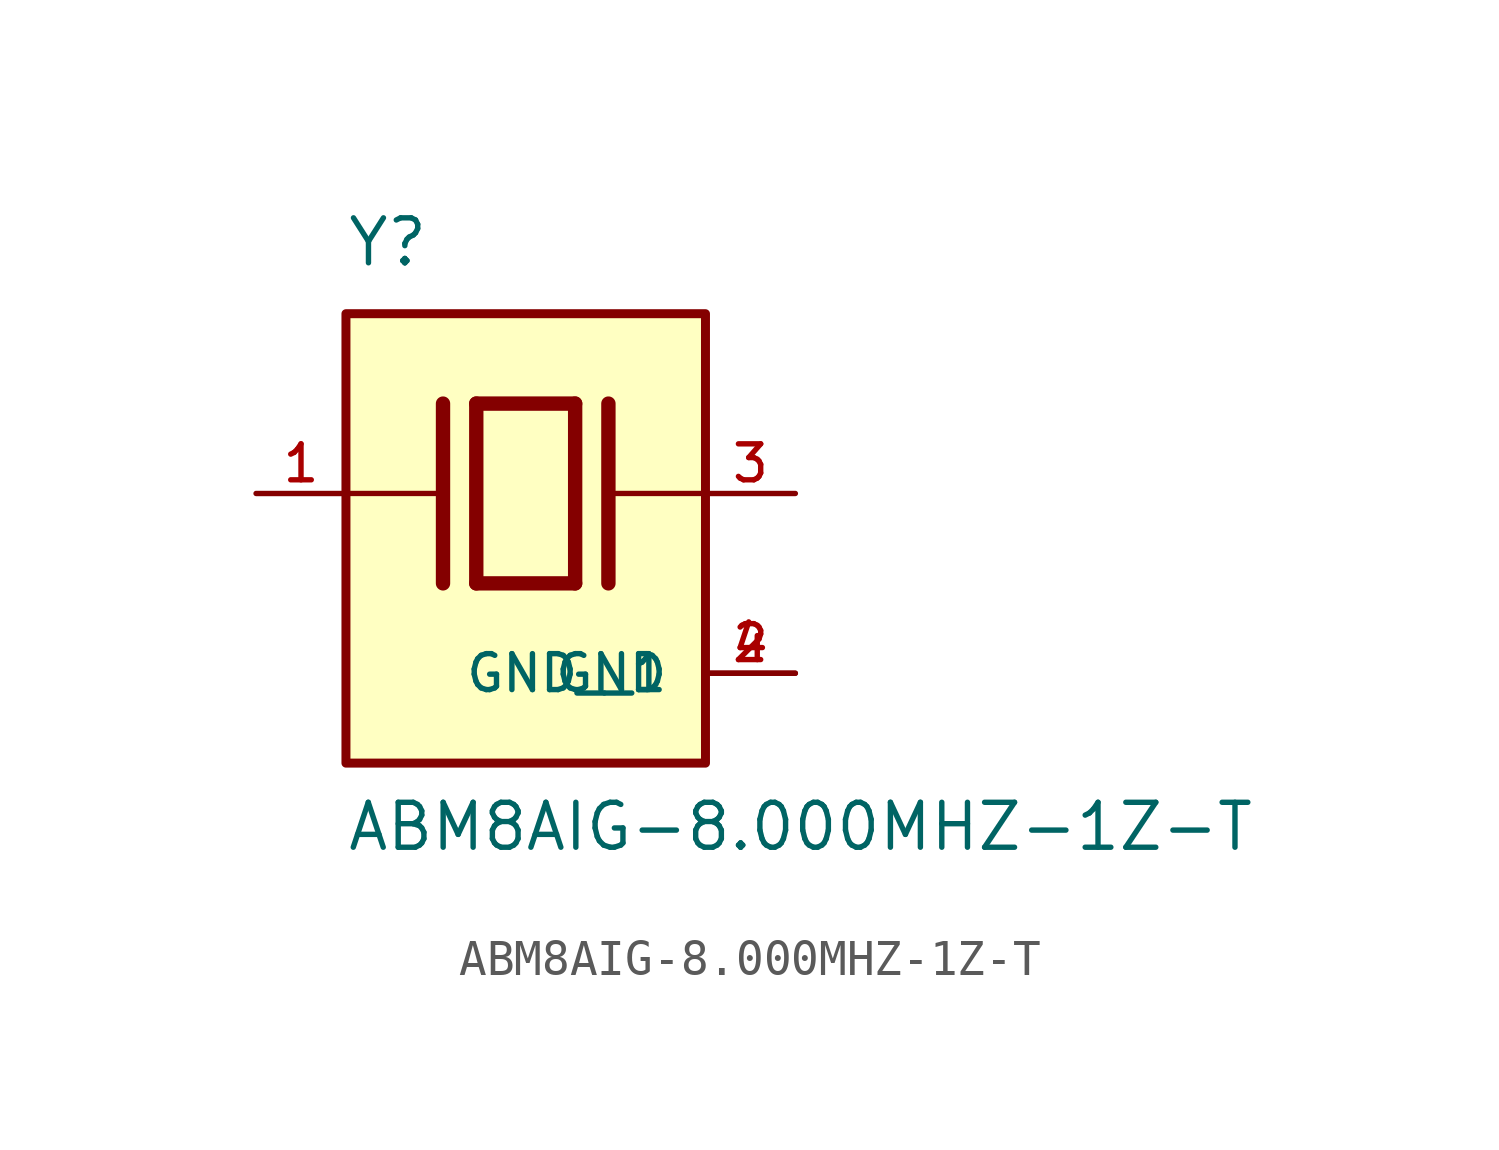
<source format=kicad_sym>
(kicad_symbol_lib
  (version 20211014)
  (generator kicad_symbol_editor)
  (symbol "ABM8AIG-8.000MHZ-1Z-T"
    (pin_names
      (offset 1.016))
    (property "Reference" "Y"
      (at -5.088 6.356 0)
      (effects (font (size 1.27 1.27)) (justify bottom left)))
    (property "Value" "ABM8AIG-8.000MHZ-1Z-T"
      (at -5.094 -10.16 0)
      (effects (font (size 1.27 1.27)) (justify bottom left)))
    (symbol "ABM8AIG-8.000MHZ-1Z-T_0_0"
      (polyline (pts (xy -1.397 2.54) (xy 1.397 2.54)) (stroke (width 0.406)))
      (polyline (pts (xy 1.397 2.54) (xy 1.397 -2.54)) (stroke (width 0.406)))
      (polyline (pts (xy 1.397 -2.54) (xy -1.397 -2.54)) (stroke (width 0.406)))
      (polyline (pts (xy -1.397 2.54) (xy -1.397 -2.54)) (stroke (width 0.406)))
      (polyline (pts (xy 2.337 2.54) (xy 2.337 -2.54)) (stroke (width 0.406)))
      (polyline (pts (xy -2.337 2.54) (xy -2.337 -2.54)) (stroke (width 0.406)))
      (polyline (pts (xy -5.08 0.0) (xy -2.54 0.0)) (stroke (width 0.152)))
      (polyline (pts (xy 2.54 0.0) (xy 5.08 0.0)) (stroke (width 0.152)))
      (rectangle (start -5.08 -7.62) (end 5.08 5.08) (stroke (width 0.254)) (fill (type background)))
      (pin passive line (at 7.62 0.0 180.0) (length 2.54) (name "~" (effects (font (size 1.016 1.016)))) (number "3" (effects (font (size 1.016 1.016)))))
      (pin passive line (at -7.62 0.0 0) (length 2.54) (name "~" (effects (font (size 1.016 1.016)))) (number "1" (effects (font (size 1.016 1.016)))))
      (pin power_in line (at 7.62 -5.08 180.0) (length 2.54) (name "GND" (effects (font (size 1.016 1.016)))) (number "2" (effects (font (size 1.016 1.016)))))
      (pin power_in line (at 7.62 -5.08 180.0) (length 2.54) (name "GND__1" (effects (font (size 1.016 1.016)))) (number "4" (effects (font (size 1.016 1.016))))))))
</source>
